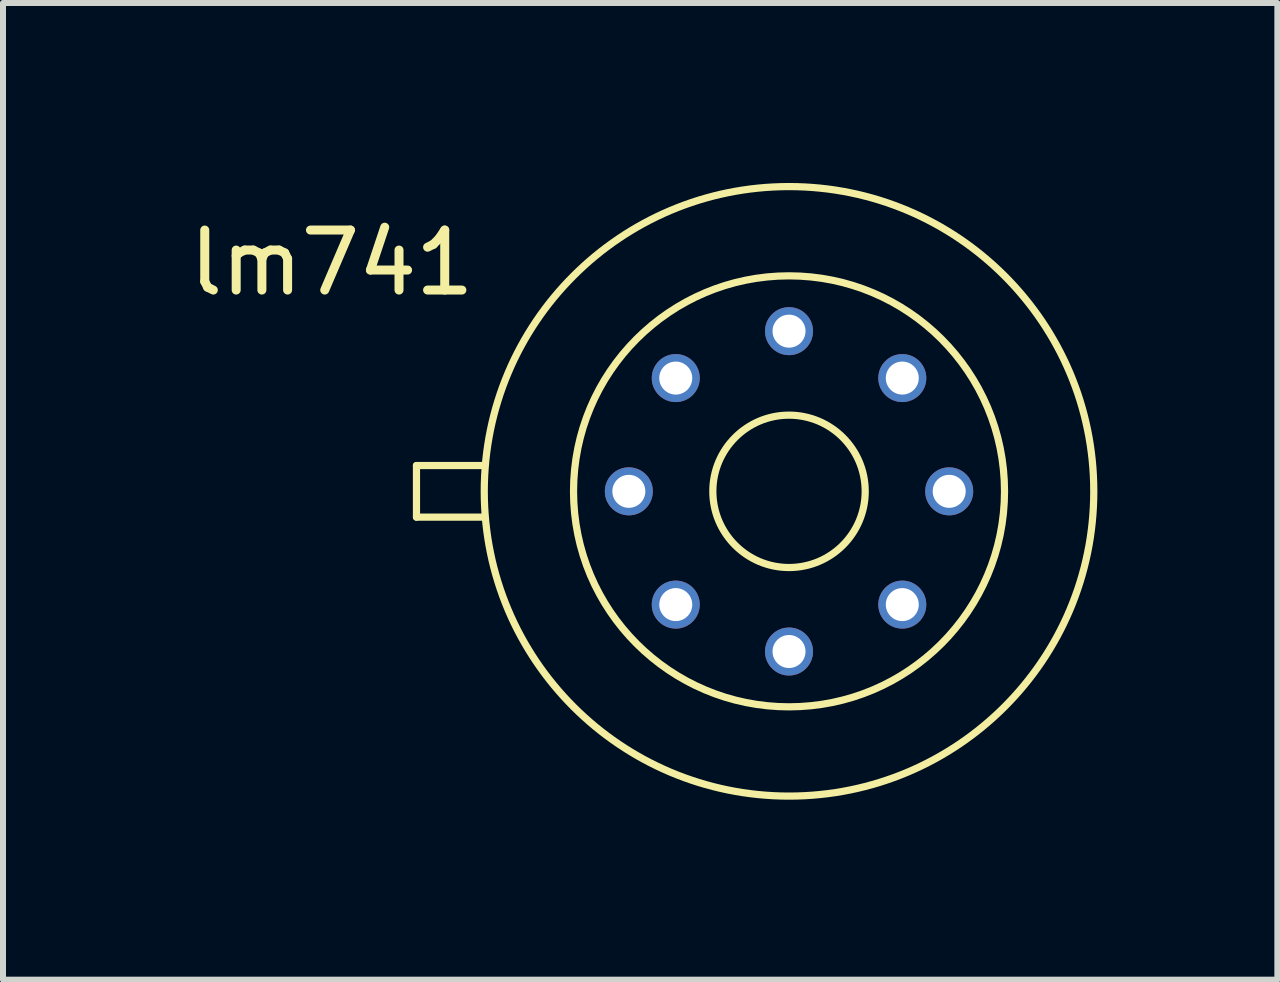
<source format=kicad_pcb>
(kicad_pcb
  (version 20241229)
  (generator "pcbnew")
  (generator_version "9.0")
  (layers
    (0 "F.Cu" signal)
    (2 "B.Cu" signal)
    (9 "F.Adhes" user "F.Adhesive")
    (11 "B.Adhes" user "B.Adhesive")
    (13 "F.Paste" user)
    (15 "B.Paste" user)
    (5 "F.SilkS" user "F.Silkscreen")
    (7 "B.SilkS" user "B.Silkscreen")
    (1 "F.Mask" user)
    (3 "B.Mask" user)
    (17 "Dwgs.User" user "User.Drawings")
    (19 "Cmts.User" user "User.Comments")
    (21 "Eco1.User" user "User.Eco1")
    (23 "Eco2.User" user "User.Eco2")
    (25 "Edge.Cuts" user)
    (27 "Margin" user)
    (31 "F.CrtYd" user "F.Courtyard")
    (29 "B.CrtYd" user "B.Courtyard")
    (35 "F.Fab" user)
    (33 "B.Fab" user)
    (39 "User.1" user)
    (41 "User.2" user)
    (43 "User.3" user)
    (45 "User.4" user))
  (footprint "lm741"
    (layer "F.Cu")
    (at 10.102 5.14)
    (property "Reference" "lm741" (at -7.62 -3.81 0) (layer "F.SilkS") (effects (font (size 1 1) (thickness 0.15))))
    (attr through_hole)
    (fp_line (start -6.21 -0.43) (end -6.21 0.43) (stroke (width 0.12) (type solid)) (layer "F.SilkS"))
    (fp_line (start -5.07 -0.43) (end -6.21 -0.43) (stroke (width 0.12) (type solid)) (layer "F.SilkS"))
    (fp_line (start -5.07 0.43) (end -6.21 0.43) (stroke (width 0.12) (type solid)) (layer "F.SilkS"))
    (fp_circle (center 0 0) (end 1.27 0) (stroke (width 0.12) (type solid)) (fill no) (layer "F.SilkS"))
    (fp_circle (center 0 0) (end 2.54 -2.54) (stroke (width 0.12) (type solid)) (fill no) (layer "F.SilkS"))
    (fp_circle (center 0 0) (end 5.08 0) (stroke (width 0.12) (type solid)) (fill no) (layer "F.SilkS"))
    (pad "1" thru_hole circle (at -1.888 -1.888) (size 0.8 0.8) (drill 0.55) (layers "*.Cu" "*.Mask"))
    (pad "2" thru_hole circle (at 0 -2.67) (size 0.8 0.8) (drill 0.55) (layers "*.Cu" "*.Mask"))
    (pad "3" thru_hole circle (at 1.888 -1.888) (size 0.8 0.8) (drill 0.55) (layers "*.Cu" "*.Mask"))
    (pad "4" thru_hole circle (at 2.67 0) (size 0.8 0.8) (drill 0.55) (layers "*.Cu" "*.Mask"))
    (pad "5" thru_hole circle (at 1.888 1.888) (size 0.8 0.8) (drill 0.55) (layers "*.Cu" "*.Mask"))
    (pad "6" thru_hole circle (at 0 2.67) (size 0.8 0.8) (drill 0.55) (layers "*.Cu" "*.Mask"))
    (pad "7" thru_hole circle (at -1.888 1.888) (size 0.8 0.8) (drill 0.55) (layers "*.Cu" "*.Mask"))
    (pad "8" thru_hole circle (at -2.67 0) (size 0.8 0.8) (drill 0.55) (layers "*.Cu" "*.Mask")))
  (gr_rect
    (start -3 -3)
    (end 18.242 13.28)
    (stroke (width 0.1) (type default))
    (fill no)
    (layer "Edge.Cuts")))
</source>
